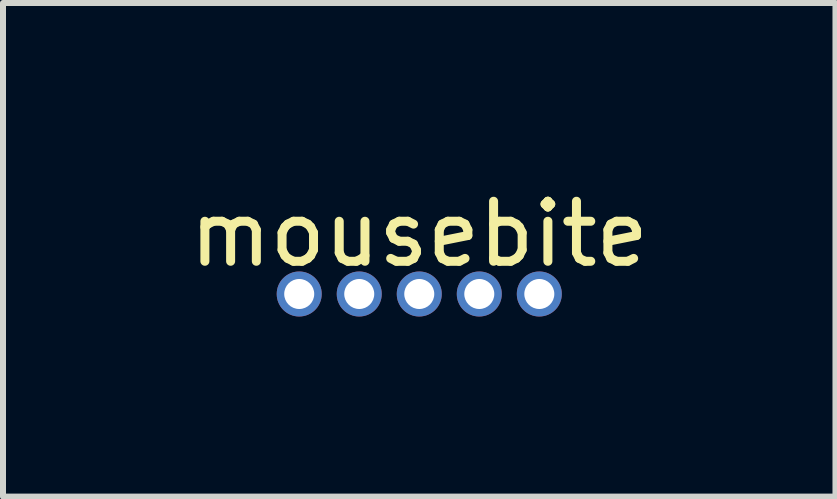
<source format=kicad_pcb>
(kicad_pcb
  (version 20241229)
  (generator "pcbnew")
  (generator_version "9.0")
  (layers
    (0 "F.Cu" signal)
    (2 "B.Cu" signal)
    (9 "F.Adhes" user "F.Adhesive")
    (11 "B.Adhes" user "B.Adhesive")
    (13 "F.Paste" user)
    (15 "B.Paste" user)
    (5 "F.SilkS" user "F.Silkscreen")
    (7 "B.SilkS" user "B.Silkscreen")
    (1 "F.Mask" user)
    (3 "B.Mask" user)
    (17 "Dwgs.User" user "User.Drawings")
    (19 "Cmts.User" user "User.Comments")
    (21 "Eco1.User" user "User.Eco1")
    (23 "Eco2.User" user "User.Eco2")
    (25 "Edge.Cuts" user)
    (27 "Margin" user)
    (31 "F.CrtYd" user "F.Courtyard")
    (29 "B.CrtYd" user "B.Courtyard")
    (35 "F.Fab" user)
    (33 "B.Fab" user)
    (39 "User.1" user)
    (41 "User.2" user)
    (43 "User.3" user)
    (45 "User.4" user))
  (footprint "mousebite"
    (layer "F.Cu")
    (at 3.935 1.848)
    (property "Reference" "mousebite" (at 0 -1 0) (layer "F.SilkS") (effects (font (size 1 1) (thickness 0.15))))
    (attr through_hole)
    (pad "" thru_hole circle (at -2 0) (size 0.75 0.75) (drill 0.5) (layers "*.Cu" "*.Mask"))
    (pad "" thru_hole circle (at -1 0) (size 0.75 0.75) (drill 0.5) (layers "*.Cu" "*.Mask"))
    (pad "" thru_hole circle (at 1 0) (size 0.75 0.75) (drill 0.5) (layers "*.Cu" "*.Mask"))
    (pad "" thru_hole circle (at 2 0) (size 0.75 0.75) (drill 0.5) (layers "*.Cu" "*.Mask"))
    (pad "1" thru_hole circle (at 0 0) (size 0.75 0.75) (drill 0.5) (layers "*.Cu" "*.Mask")))
  (gr_rect
    (start -3 -3)
    (end 10.869 5.223)
    (stroke (width 0.1) (type default))
    (fill no)
    (layer "Edge.Cuts")))
</source>
